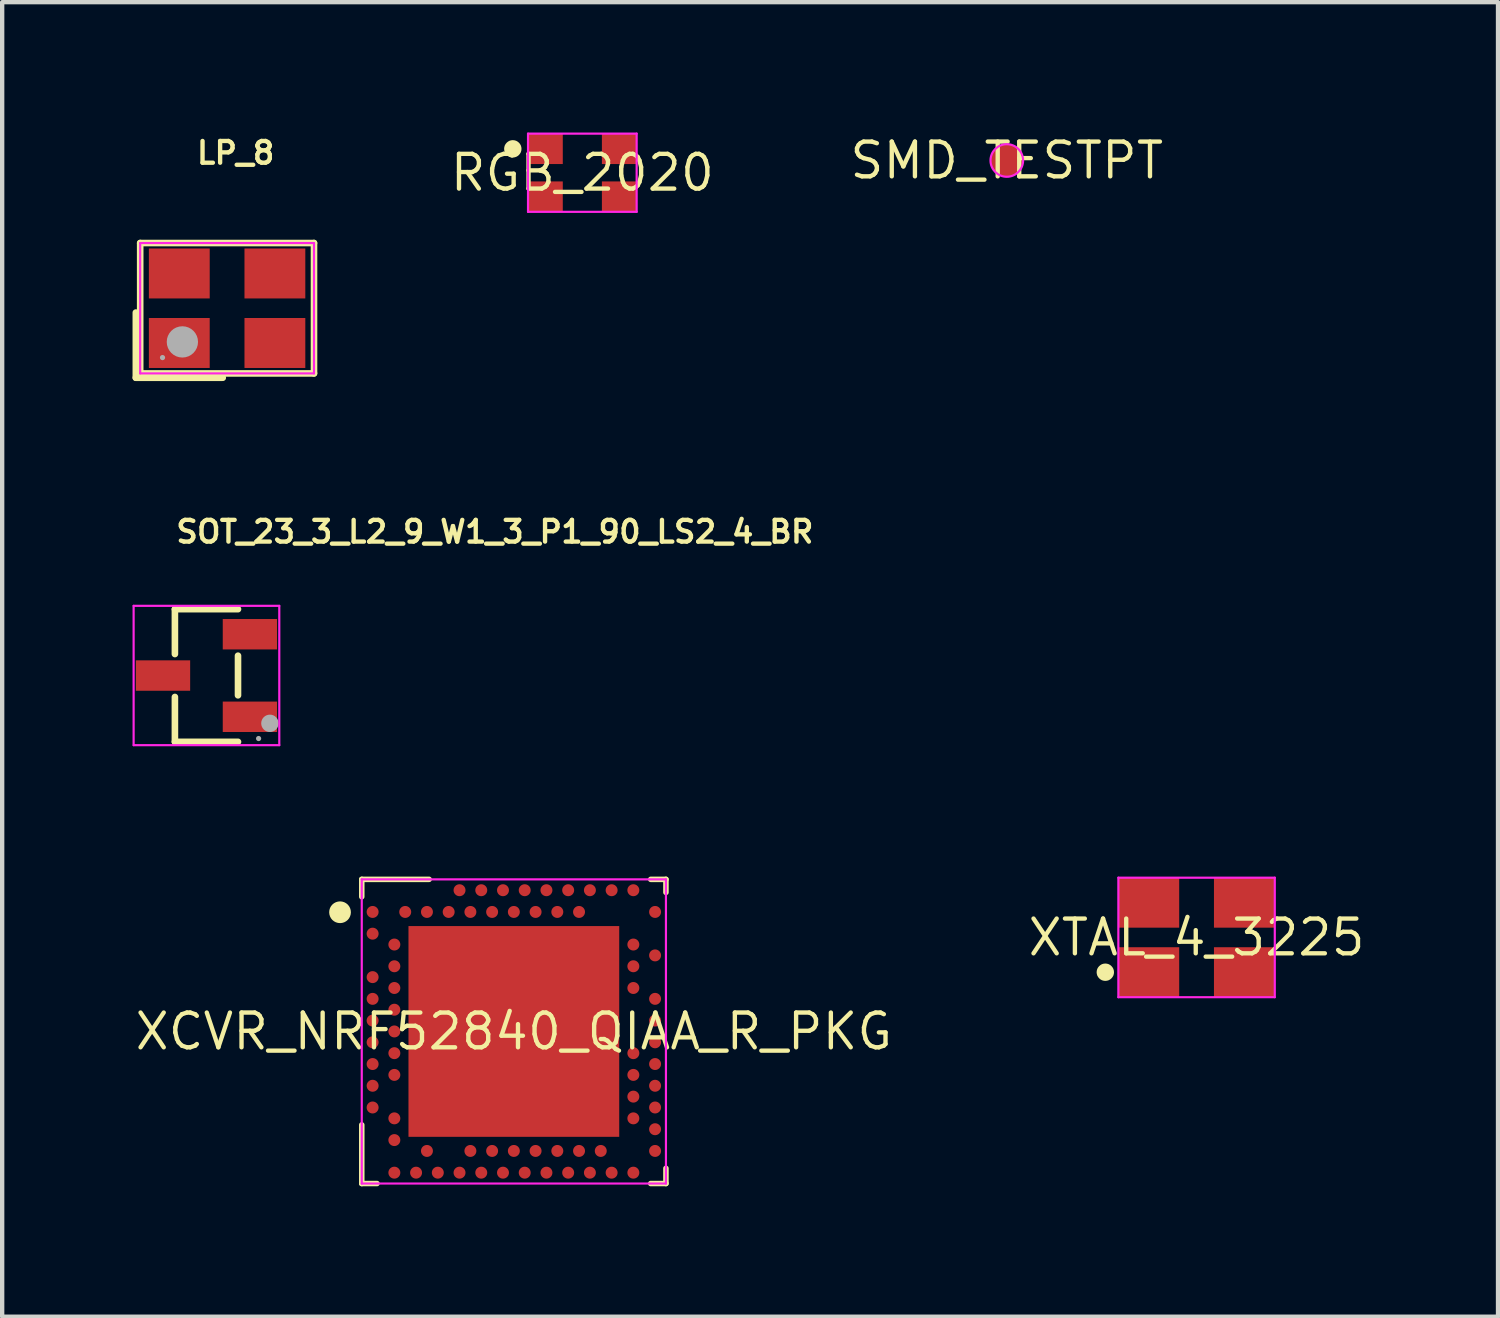
<source format=kicad_pcb>
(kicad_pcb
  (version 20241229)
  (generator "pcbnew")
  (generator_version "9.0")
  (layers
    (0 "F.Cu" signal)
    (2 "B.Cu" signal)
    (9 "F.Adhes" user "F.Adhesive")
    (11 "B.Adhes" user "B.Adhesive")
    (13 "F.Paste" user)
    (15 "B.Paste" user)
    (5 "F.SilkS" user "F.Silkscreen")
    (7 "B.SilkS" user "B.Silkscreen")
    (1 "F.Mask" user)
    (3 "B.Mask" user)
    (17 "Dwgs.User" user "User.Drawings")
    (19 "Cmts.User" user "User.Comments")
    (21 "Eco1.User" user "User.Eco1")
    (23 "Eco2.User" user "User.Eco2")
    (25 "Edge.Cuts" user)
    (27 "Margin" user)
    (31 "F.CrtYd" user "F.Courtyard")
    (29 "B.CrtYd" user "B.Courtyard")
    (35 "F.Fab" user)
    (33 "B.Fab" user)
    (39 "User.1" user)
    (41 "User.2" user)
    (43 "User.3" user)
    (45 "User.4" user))
  (footprint "XTAL_4_3225"
    (layer "F.Cu")
    (at 24.486 18.523)
    (property "Reference" "XTAL_4_3225" (at 0 0 0) (layer "F.SilkS") (effects (font (size 0.8 0.8) (thickness 0.1))))
    (fp_poly (pts (xy -1.9 0.8) (xy -1.904 0.761) (xy -1.915 0.723) (xy -1.934 0.689) (xy -1.959 0.659) (xy -1.989 0.634) (xy -2.023 0.615) (xy -2.061 0.604) (xy -2.1 0.6) (xy -2.139 0.604) (xy -2.177 0.615) (xy -2.211 0.634) (xy -2.241 0.659) (xy -2.266 0.689) (xy -2.285 0.723) (xy -2.296 0.761) (xy -2.3 0.8) (xy -2.296 0.839) (xy -2.285 0.877) (xy -2.266 0.911) (xy -2.241 0.941) (xy -2.211 0.966) (xy -2.177 0.985) (xy -2.139 0.996) (xy -2.1 1) (xy -2.061 0.996) (xy -2.023 0.985) (xy -1.989 0.966) (xy -1.959 0.941) (xy -1.934 0.911) (xy -1.915 0.877) (xy -1.904 0.839)) (stroke (width 0) (type solid)) (fill yes) (layer "F.SilkS"))
    (fp_line (start -1.8 -1.375) (end -1.8 1.375) (stroke (width 0.05) (type solid)) (layer "F.CrtYd"))
    (fp_line (start -1.8 1.375) (end 1.8 1.375) (stroke (width 0.05) (type solid)) (layer "F.CrtYd"))
    (fp_line (start 1.8 -1.375) (end -1.8 -1.375) (stroke (width 0.05) (type solid)) (layer "F.CrtYd"))
    (fp_line (start 1.8 1.375) (end 1.8 -1.375) (stroke (width 0.05) (type solid)) (layer "F.CrtYd"))
    (pad "1" smd rect (at -1.1 0.8) (size 1.4 1.15) (layers "F.Cu" "F.Mask" "F.Paste"))
    (pad "2" smd rect (at 1.1 0.8) (size 1.4 1.15) (layers "F.Cu" "F.Mask" "F.Paste"))
    (pad "3" smd rect (at 1.1 -0.8) (size 1.4 1.15) (layers "F.Cu" "F.Mask" "F.Paste"))
    (pad "4" smd rect (at -1.1 -0.8) (size 1.4 1.15) (layers "F.Cu" "F.Mask" "F.Paste")))
  (footprint "XCVR_NRF52840_QIAA_R_PKG"
    (layer "F.Cu")
    (at 8.775 20.686)
    (property "Reference" "XCVR_NRF52840_QIAA_R_PKG" (at 0 0 0) (layer "F.SilkS") (effects (font (size 0.8 0.8) (thickness 0.1))))
    (fp_line (start -3.5 -3.5) (end -1.95 -3.5) (stroke (width 0.127) (type solid)) (layer "F.SilkS"))
    (fp_line (start -3.5 -3.1) (end -3.5 -3.5) (stroke (width 0.127) (type solid)) (layer "F.SilkS"))
    (fp_line (start -3.5 3.5) (end -3.5 2.15) (stroke (width 0.127) (type solid)) (layer "F.SilkS"))
    (fp_line (start -3.15 3.5) (end -3.5 3.5) (stroke (width 0.127) (type solid)) (layer "F.SilkS"))
    (fp_line (start 3.15 -3.5) (end 3.5 -3.5) (stroke (width 0.127) (type solid)) (layer "F.SilkS"))
    (fp_line (start 3.5 -3.5) (end 3.5 -3.2) (stroke (width 0.127) (type solid)) (layer "F.SilkS"))
    (fp_line (start 3.5 3.15) (end 3.5 3.5) (stroke (width 0.127) (type solid)) (layer "F.SilkS"))
    (fp_line (start 3.5 3.5) (end 3.15 3.5) (stroke (width 0.127) (type solid)) (layer "F.SilkS"))
    (fp_poly (pts (xy -3.75 -2.743) (xy -3.755 -2.792) (xy -3.769 -2.839) (xy -3.792 -2.882) (xy -3.823 -2.92) (xy -3.861 -2.951) (xy -3.904 -2.974) (xy -3.951 -2.988) (xy -4 -2.993) (xy -4.049 -2.988) (xy -4.096 -2.974) (xy -4.139 -2.951) (xy -4.177 -2.92) (xy -4.208 -2.882) (xy -4.231 -2.839) (xy -4.245 -2.792) (xy -4.25 -2.743) (xy -4.245 -2.694) (xy -4.231 -2.648) (xy -4.208 -2.604) (xy -4.177 -2.566) (xy -4.139 -2.535) (xy -4.096 -2.512) (xy -4.049 -2.498) (xy -4 -2.493) (xy -3.951 -2.498) (xy -3.904 -2.512) (xy -3.861 -2.535) (xy -3.823 -2.566) (xy -3.792 -2.604) (xy -3.769 -2.648) (xy -3.755 -2.694)) (stroke (width 0) (type solid)) (fill yes) (layer "F.SilkS"))
    (fp_line (start -3.5 -3.5) (end -3.5 3.5) (stroke (width 0.05) (type solid)) (layer "F.CrtYd"))
    (fp_line (start -3.5 3.5) (end 3.5 3.5) (stroke (width 0.05) (type solid)) (layer "F.CrtYd"))
    (fp_line (start 3.5 -3.5) (end -3.5 -3.5) (stroke (width 0.05) (type solid)) (layer "F.CrtYd"))
    (fp_line (start 3.5 3.5) (end 3.5 -3.5) (stroke (width 0.05) (type solid)) (layer "F.CrtYd"))
    (pad "74" smd rect (at 0 0) (size 4.85 4.85) (layers "F.Cu" "F.Mask" "F.Paste"))
    (pad "A8" smd circle (at -1.25 -3.25) (size 0.275 0.275) (layers "F.Cu" "F.Mask" "F.Paste"))
    (pad "A10" smd circle (at -0.75 -3.25) (size 0.275 0.275) (layers "F.Cu" "F.Mask" "F.Paste"))
    (pad "A12" smd circle (at -0.25 -3.25) (size 0.275 0.275) (layers "F.Cu" "F.Mask" "F.Paste"))
    (pad "A14" smd circle (at 0.25 -3.25) (size 0.275 0.275) (layers "F.Cu" "F.Mask" "F.Paste"))
    (pad "A16" smd circle (at 0.75 -3.25) (size 0.275 0.275) (layers "F.Cu" "F.Mask" "F.Paste"))
    (pad "A18" smd circle (at 1.25 -3.25) (size 0.275 0.275) (layers "F.Cu" "F.Mask" "F.Paste"))
    (pad "A20" smd circle (at 1.75 -3.25) (size 0.275 0.275) (layers "F.Cu" "F.Mask" "F.Paste"))
    (pad "A22" smd circle (at 2.25 -3.25) (size 0.275 0.275) (layers "F.Cu" "F.Mask" "F.Paste"))
    (pad "A23" smd circle (at 2.75 -3.25) (size 0.275 0.275) (layers "F.Cu" "F.Mask" "F.Paste"))
    (pad "AA24" smd circle (at 3.25 2.25) (size 0.275 0.275) (layers "F.Cu" "F.Mask" "F.Paste"))
    (pad "AB2" smd circle (at -2.75 2.5) (size 0.275 0.275) (layers "F.Cu" "F.Mask" "F.Paste"))
    (pad "AC5" smd circle (at -2 2.75) (size 0.275 0.275) (layers "F.Cu" "F.Mask" "F.Paste"))
    (pad "AC9" smd circle (at -1 2.75) (size 0.275 0.275) (layers "F.Cu" "F.Mask" "F.Paste"))
    (pad "AC11" smd circle (at -0.5 2.75) (size 0.275 0.275) (layers "F.Cu" "F.Mask" "F.Paste"))
    (pad "AC13" smd circle (at 0 2.75) (size 0.275 0.275) (layers "F.Cu" "F.Mask" "F.Paste"))
    (pad "AC15" smd circle (at 0.5 2.75) (size 0.275 0.275) (layers "F.Cu" "F.Mask" "F.Paste"))
    (pad "AC17" smd circle (at 1 2.75) (size 0.275 0.275) (layers "F.Cu" "F.Mask" "F.Paste"))
    (pad "AC19" smd circle (at 1.5 2.75) (size 0.275 0.275) (layers "F.Cu" "F.Mask" "F.Paste"))
    (pad "AC21" smd circle (at 2 2.75) (size 0.275 0.275) (layers "F.Cu" "F.Mask" "F.Paste"))
    (pad "AC24" smd circle (at 3.25 2.75) (size 0.275 0.275) (layers "F.Cu" "F.Mask" "F.Paste"))
    (pad "AD2" smd circle (at -2.75 3.25) (size 0.275 0.275) (layers "F.Cu" "F.Mask" "F.Paste"))
    (pad "AD4" smd circle (at -2.25 3.25) (size 0.275 0.275) (layers "F.Cu" "F.Mask" "F.Paste"))
    (pad "AD6" smd circle (at -1.75 3.25) (size 0.275 0.275) (layers "F.Cu" "F.Mask" "F.Paste"))
    (pad "AD8" smd circle (at -1.25 3.25) (size 0.275 0.275) (layers "F.Cu" "F.Mask" "F.Paste"))
    (pad "AD10" smd circle (at -0.75 3.25) (size 0.275 0.275) (layers "F.Cu" "F.Mask" "F.Paste"))
    (pad "AD12" smd circle (at -0.25 3.25) (size 0.275 0.275) (layers "F.Cu" "F.Mask" "F.Paste"))
    (pad "AD14" smd circle (at 0.25 3.25) (size 0.275 0.275) (layers "F.Cu" "F.Mask" "F.Paste"))
    (pad "AD16" smd circle (at 0.75 3.25) (size 0.275 0.275) (layers "F.Cu" "F.Mask" "F.Paste"))
    (pad "AD18" smd circle (at 1.25 3.25) (size 0.275 0.275) (layers "F.Cu" "F.Mask" "F.Paste"))
    (pad "AD20" smd circle (at 1.75 3.25) (size 0.275 0.275) (layers "F.Cu" "F.Mask" "F.Paste"))
    (pad "AD22" smd circle (at 2.25 3.25) (size 0.275 0.275) (layers "F.Cu" "F.Mask" "F.Paste"))
    (pad "AD23" smd circle (at 2.75 3.25) (size 0.275 0.275) (layers "F.Cu" "F.Mask" "F.Paste"))
    (pad "B1" smd circle (at -3.25 -2.75) (size 0.275 0.275) (layers "F.Cu" "F.Mask" "F.Paste"))
    (pad "B3" smd circle (at -2.5 -2.75) (size 0.275 0.275) (layers "F.Cu" "F.Mask" "F.Paste"))
    (pad "B5" smd circle (at -2 -2.75) (size 0.275 0.275) (layers "F.Cu" "F.Mask" "F.Paste"))
    (pad "B7" smd circle (at -1.5 -2.75) (size 0.275 0.275) (layers "F.Cu" "F.Mask" "F.Paste"))
    (pad "B9" smd circle (at -1 -2.75) (size 0.275 0.275) (layers "F.Cu" "F.Mask" "F.Paste"))
    (pad "B11" smd circle (at -0.5 -2.75) (size 0.275 0.275) (layers "F.Cu" "F.Mask" "F.Paste"))
    (pad "B13" smd circle (at 0 -2.75) (size 0.275 0.275) (layers "F.Cu" "F.Mask" "F.Paste"))
    (pad "B15" smd circle (at 0.5 -2.75) (size 0.275 0.275) (layers "F.Cu" "F.Mask" "F.Paste"))
    (pad "B17" smd circle (at 1 -2.75) (size 0.275 0.275) (layers "F.Cu" "F.Mask" "F.Paste"))
    (pad "B19" smd circle (at 1.5 -2.75) (size 0.275 0.275) (layers "F.Cu" "F.Mask" "F.Paste"))
    (pad "B24" smd circle (at 3.25 -2.75) (size 0.275 0.275) (layers "F.Cu" "F.Mask" "F.Paste"))
    (pad "C1" smd circle (at -3.25 -2.25) (size 0.275 0.275) (layers "F.Cu" "F.Mask" "F.Paste"))
    (pad "D2" smd circle (at -2.75 -2) (size 0.275 0.275) (layers "F.Cu" "F.Mask" "F.Paste"))
    (pad "D23" smd circle (at 2.75 -2) (size 0.275 0.275) (layers "F.Cu" "F.Mask" "F.Paste"))
    (pad "E24" smd circle (at 3.25 -1.75) (size 0.275 0.275) (layers "F.Cu" "F.Mask" "F.Paste"))
    (pad "F2" smd circle (at -2.75 -1.5) (size 0.275 0.275) (layers "F.Cu" "F.Mask" "F.Paste"))
    (pad "F23" smd circle (at 2.75 -1.5) (size 0.275 0.275) (layers "F.Cu" "F.Mask" "F.Paste"))
    (pad "G1" smd circle (at -3.25 -1.25) (size 0.275 0.275) (layers "F.Cu" "F.Mask" "F.Paste"))
    (pad "H2" smd circle (at -2.75 -1) (size 0.275 0.275) (layers "F.Cu" "F.Mask" "F.Paste"))
    (pad "H23" smd circle (at 2.75 -1) (size 0.275 0.275) (layers "F.Cu" "F.Mask" "F.Paste"))
    (pad "J1" smd circle (at -3.25 -0.75) (size 0.275 0.275) (layers "F.Cu" "F.Mask" "F.Paste"))
    (pad "J24" smd circle (at 3.25 -0.75) (size 0.275 0.275) (layers "F.Cu" "F.Mask" "F.Paste"))
    (pad "K2" smd circle (at -2.75 -0.5) (size 0.275 0.275) (layers "F.Cu" "F.Mask" "F.Paste"))
    (pad "L1" smd circle (at -3.25 -0.25) (size 0.275 0.275) (layers "F.Cu" "F.Mask" "F.Paste"))
    (pad "L24" smd circle (at 3.25 -0.25) (size 0.275 0.275) (layers "F.Cu" "F.Mask" "F.Paste"))
    (pad "M2" smd circle (at -2.75 0) (size 0.275 0.275) (layers "F.Cu" "F.Mask" "F.Paste"))
    (pad "N1" smd circle (at -3.25 0.25) (size 0.275 0.275) (layers "F.Cu" "F.Mask" "F.Paste"))
    (pad "N24" smd circle (at 3.25 0.25) (size 0.275 0.275) (layers "F.Cu" "F.Mask" "F.Paste"))
    (pad "P2" smd circle (at -2.75 0.5) (size 0.275 0.275) (layers "F.Cu" "F.Mask" "F.Paste"))
    (pad "P23" smd circle (at 2.75 0.5) (size 0.275 0.275) (layers "F.Cu" "F.Mask" "F.Paste"))
    (pad "R1" smd circle (at -3.25 0.75) (size 0.275 0.275) (layers "F.Cu" "F.Mask" "F.Paste"))
    (pad "R24" smd circle (at 3.25 0.75) (size 0.275 0.275) (layers "F.Cu" "F.Mask" "F.Paste"))
    (pad "T2" smd circle (at -2.75 1) (size 0.275 0.275) (layers "F.Cu" "F.Mask" "F.Paste"))
    (pad "T23" smd circle (at 2.75 1) (size 0.275 0.275) (layers "F.Cu" "F.Mask" "F.Paste"))
    (pad "U1" smd circle (at -3.25 1.25) (size 0.275 0.275) (layers "F.Cu" "F.Mask" "F.Paste"))
    (pad "U24" smd circle (at 3.25 1.25) (size 0.275 0.275) (layers "F.Cu" "F.Mask" "F.Paste"))
    (pad "V23" smd circle (at 2.75 1.5) (size 0.275 0.275) (layers "F.Cu" "F.Mask" "F.Paste"))
    (pad "W1" smd circle (at -3.25 1.75) (size 0.275 0.275) (layers "F.Cu" "F.Mask" "F.Paste"))
    (pad "W24" smd circle (at 3.25 1.75) (size 0.275 0.275) (layers "F.Cu" "F.Mask" "F.Paste"))
    (pad "Y2" smd circle (at -2.75 2) (size 0.275 0.275) (layers "F.Cu" "F.Mask" "F.Paste"))
    (pad "Y23" smd circle (at 2.75 2) (size 0.275 0.275) (layers "F.Cu" "F.Mask" "F.Paste")))
  (footprint "LP_8"
    (layer "F.Cu")
    (at 2.176 4.043)
    (property "Reference" "LP_8" (at -0.75 -3.575 0) (layer "F.SilkS") (effects (font (size 0.5 0.5) (thickness 0.1)) (justify left)))
    (fp_line (start -2.1 0.1) (end -2.1 1.6) (stroke (width 0.152) (type solid)) (layer "F.SilkS"))
    (fp_line (start -2.1 1.6) (end -0.1 1.6) (stroke (width 0.152) (type solid)) (layer "F.SilkS"))
    (fp_line (start -2 -1.5) (end 2 -1.5) (stroke (width 0.152) (type solid)) (layer "F.SilkS"))
    (fp_line (start -2 1.5) (end -2 -1.5) (stroke (width 0.152) (type solid)) (layer "F.SilkS"))
    (fp_line (start 2 -1.5) (end 2 1.5) (stroke (width 0.152) (type solid)) (layer "F.SilkS"))
    (fp_line (start 2 1.5) (end -2 1.5) (stroke (width 0.152) (type solid)) (layer "F.SilkS"))
    (fp_line (start -2 -1.5) (end -2 1.5) (stroke (width 0.05) (type solid)) (layer "F.CrtYd"))
    (fp_line (start -2 1.5) (end 2 1.5) (stroke (width 0.05) (type solid)) (layer "F.CrtYd"))
    (fp_line (start 2 -1.5) (end -2 -1.5) (stroke (width 0.05) (type solid)) (layer "F.CrtYd"))
    (fp_line (start 2 1.5) (end 2 -1.5) (stroke (width 0.05) (type solid)) (layer "F.CrtYd"))
    (fp_arc (start -1.456 1.136) (mid -1.516 1.136) (end -1.456 1.136) (stroke (width 0.06) (type solid)) (layer "F.Fab"))
    (fp_arc (start -0.849 0.775) (mid -1.209 0.775) (end -0.849 0.775) (stroke (width 0.36) (type solid)) (layer "F.Fab"))
    (pad "1" smd rect (at -1.1 0.8) (size 1.4 1.15) (layers "F.Cu" "F.Mask" "F.Paste"))
    (pad "2" smd rect (at 1.1 0.8) (size 1.4 1.15) (layers "F.Cu" "F.Mask" "F.Paste"))
    (pad "3" smd rect (at 1.1 -0.8) (size 1.4 1.15) (layers "F.Cu" "F.Mask" "F.Paste"))
    (pad "4" smd rect (at -1.1 -0.8) (size 1.4 1.15) (layers "F.Cu" "F.Mask" "F.Paste")))
  (footprint "SMD_TESTPT"
    (layer "F.Cu")
    (at 20.119 0.643)
    (property "Reference" "SMD_TESTPT" (at 0 0 0) (layer "F.SilkS") (effects (font (size 0.8 0.8) (thickness 0.1))))
    (fp_circle (center 0 0) (end 0.375 0) (stroke (width 0.05) (type solid)) (fill no) (layer "F.CrtYd"))
    (pad "p" smd circle (at 0 0) (size 0.75 0.75) (layers "F.Cu" "F.Mask")))
  (footprint "RGB_2020"
    (layer "F.Cu")
    (at 10.351 0.925)
    (property "Reference" "RGB_2020" (at 0 0 0) (layer "F.SilkS") (effects (font (size 0.8 0.8) (thickness 0.1))))
    (fp_poly (pts (xy -1.4 -0.55) (xy -1.404 -0.589) (xy -1.415 -0.627) (xy -1.434 -0.661) (xy -1.459 -0.691) (xy -1.489 -0.716) (xy -1.523 -0.735) (xy -1.561 -0.746) (xy -1.6 -0.75) (xy -1.639 -0.746) (xy -1.677 -0.735) (xy -1.711 -0.716) (xy -1.741 -0.691) (xy -1.766 -0.661) (xy -1.785 -0.627) (xy -1.796 -0.589) (xy -1.8 -0.55) (xy -1.796 -0.511) (xy -1.785 -0.473) (xy -1.766 -0.439) (xy -1.741 -0.409) (xy -1.711 -0.384) (xy -1.677 -0.365) (xy -1.639 -0.354) (xy -1.6 -0.35) (xy -1.561 -0.354) (xy -1.523 -0.365) (xy -1.489 -0.384) (xy -1.459 -0.409) (xy -1.434 -0.439) (xy -1.415 -0.473) (xy -1.404 -0.511)) (stroke (width 0) (type solid)) (fill yes) (layer "F.SilkS"))
    (fp_line (start -1.25 -0.9) (end -1.25 0.9) (stroke (width 0.05) (type solid)) (layer "F.CrtYd"))
    (fp_line (start -1.25 0.9) (end 1.25 0.9) (stroke (width 0.05) (type solid)) (layer "F.CrtYd"))
    (fp_line (start 1.25 -0.9) (end -1.25 -0.9) (stroke (width 0.05) (type solid)) (layer "F.CrtYd"))
    (fp_line (start 1.25 0.9) (end 1.25 -0.9) (stroke (width 0.05) (type solid)) (layer "F.CrtYd"))
    (pad "1" smd rect (at -0.85 -0.55) (size 0.8 0.7) (layers "F.Cu" "F.Mask" "F.Paste"))
    (pad "2" smd rect (at 0.85 -0.55) (size 0.8 0.7) (layers "F.Cu" "F.Mask" "F.Paste"))
    (pad "3" smd rect (at -0.85 0.55) (size 0.8 0.7) (layers "F.Cu" "F.Mask" "F.Paste"))
    (pad "4" smd rect (at 0.85 0.55) (size 0.8 0.7) (layers "F.Cu" "F.Mask" "F.Paste")))
  (footprint "SOT_23_3_L2_9_W1_3_P1_90_LS2_4_BR"
    (layer "F.Cu")
    (at 1.701 12.495)
    (property "Reference" "SOT_23_3_L2_9_W1_3_P1_90_LS2_4_BR" (at -0.75 -3.308 0) (layer "F.SilkS") (effects (font (size 0.5 0.5) (thickness 0.1)) (justify left)))
    (fp_line (start -0.726 -1.526) (end -0.726 -0.494) (stroke (width 0.152) (type solid)) (layer "F.SilkS"))
    (fp_line (start -0.726 1.526) (end -0.726 0.494) (stroke (width 0.152) (type solid)) (layer "F.SilkS"))
    (fp_line (start 0.726 -1.526) (end -0.726 -1.526) (stroke (width 0.152) (type solid)) (layer "F.SilkS"))
    (fp_line (start 0.726 -0.456) (end 0.726 0.456) (stroke (width 0.152) (type solid)) (layer "F.SilkS"))
    (fp_line (start 0.726 1.526) (end -0.726 1.526) (stroke (width 0.152) (type solid)) (layer "F.SilkS"))
    (fp_line (start -1.676 -1.603) (end -1.676 1.603) (stroke (width 0.05) (type solid)) (layer "F.CrtYd"))
    (fp_line (start -1.676 1.603) (end 1.676 1.603) (stroke (width 0.05) (type solid)) (layer "F.CrtYd"))
    (fp_line (start 1.676 -1.603) (end -1.676 -1.603) (stroke (width 0.05) (type solid)) (layer "F.CrtYd"))
    (fp_line (start 1.676 1.603) (end 1.676 -1.603) (stroke (width 0.05) (type solid)) (layer "F.CrtYd"))
    (fp_arc (start 1.23 1.4505) (mid 1.17 1.4505) (end 1.23 1.4505) (stroke (width 0.06) (type solid)) (layer "F.Fab"))
    (fp_arc (start 1.56 1.1005) (mid 1.36 1.1005) (end 1.56 1.1005) (stroke (width 0.2) (type solid)) (layer "F.Fab"))
    (pad "1" smd rect (at 1 0.95) (size 1.25 0.7) (layers "F.Cu" "F.Mask" "F.Paste"))
    (pad "2" smd rect (at 1 -0.95) (size 1.25 0.7) (layers "F.Cu" "F.Mask" "F.Paste"))
    (pad "3" smd rect (at -1 0.001) (size 1.25 0.7) (layers "F.Cu" "F.Mask" "F.Paste")))
  (gr_rect
    (start -3 -3)
    (end 31.423 27.25)
    (stroke (width 0.1) (type default))
    (fill no)
    (layer "Edge.Cuts")))
</source>
